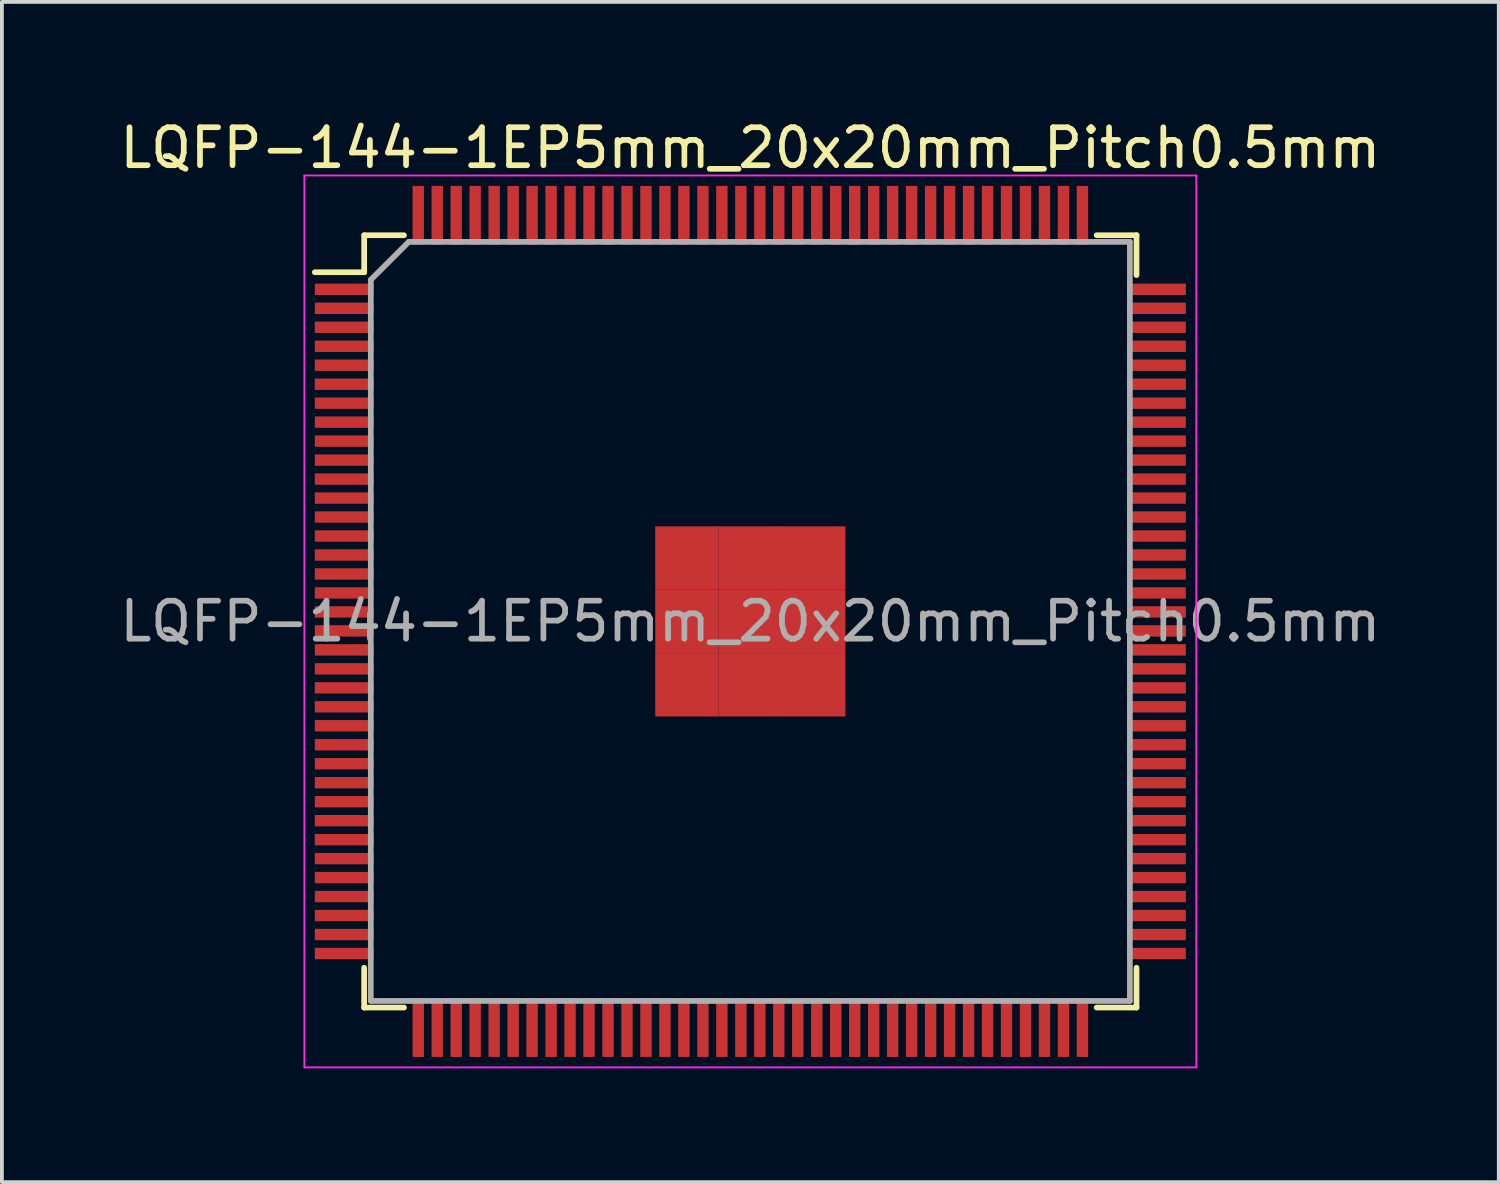
<source format=kicad_pcb>
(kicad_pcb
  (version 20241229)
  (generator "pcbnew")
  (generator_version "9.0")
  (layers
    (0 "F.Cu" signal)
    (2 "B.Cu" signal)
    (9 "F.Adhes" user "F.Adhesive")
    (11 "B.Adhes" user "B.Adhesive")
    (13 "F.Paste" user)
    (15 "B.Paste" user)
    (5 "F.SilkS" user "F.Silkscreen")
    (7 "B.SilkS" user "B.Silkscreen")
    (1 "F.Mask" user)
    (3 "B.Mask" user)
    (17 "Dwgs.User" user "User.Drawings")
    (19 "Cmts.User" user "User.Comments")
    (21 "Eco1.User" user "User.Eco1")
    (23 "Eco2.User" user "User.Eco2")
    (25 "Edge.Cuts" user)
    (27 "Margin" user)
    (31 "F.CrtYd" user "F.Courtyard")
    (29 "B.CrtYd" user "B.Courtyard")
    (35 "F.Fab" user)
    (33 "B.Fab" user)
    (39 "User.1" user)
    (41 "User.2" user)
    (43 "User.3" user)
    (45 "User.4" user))
  (footprint "LQFP-144-1EP5mm_20x20mm_Pitch0.5mm"
    (layer "F.Cu")
    (at 16.72 13.323)
    (property "Reference" "LQFP-144-1EP5mm_20x20mm_Pitch0.5mm" (at 0 -12.475 0) (layer "F.SilkS") (effects (font (size 1 1) (thickness 0.15))))
    (attr smd)
    (fp_line (start -10.175 -10.175) (end -10.175 -9.2) (stroke (width 0.15) (type solid)) (layer "F.SilkS"))
    (fp_line (start -10.175 -10.175) (end -9.125 -10.175) (stroke (width 0.15) (type solid)) (layer "F.SilkS"))
    (fp_line (start -10.175 -9.2) (end -11.475 -9.2) (stroke (width 0.15) (type solid)) (layer "F.SilkS"))
    (fp_line (start -10.175 10.175) (end -10.175 9.125) (stroke (width 0.15) (type solid)) (layer "F.SilkS"))
    (fp_line (start -10.175 10.175) (end -9.125 10.175) (stroke (width 0.15) (type solid)) (layer "F.SilkS"))
    (fp_line (start 10.175 -10.175) (end 9.125 -10.175) (stroke (width 0.15) (type solid)) (layer "F.SilkS"))
    (fp_line (start 10.175 -10.175) (end 10.175 -9.125) (stroke (width 0.15) (type solid)) (layer "F.SilkS"))
    (fp_line (start 10.175 10.175) (end 9.125 10.175) (stroke (width 0.15) (type solid)) (layer "F.SilkS"))
    (fp_line (start 10.175 10.175) (end 10.175 9.125) (stroke (width 0.15) (type solid)) (layer "F.SilkS"))
    (fp_line (start -11.75 -11.75) (end -11.75 11.75) (stroke (width 0.05) (type solid)) (layer "F.CrtYd"))
    (fp_line (start -11.75 -11.75) (end 11.75 -11.75) (stroke (width 0.05) (type solid)) (layer "F.CrtYd"))
    (fp_line (start -11.75 11.75) (end 11.75 11.75) (stroke (width 0.05) (type solid)) (layer "F.CrtYd"))
    (fp_line (start 11.75 -11.75) (end 11.75 11.75) (stroke (width 0.05) (type solid)) (layer "F.CrtYd"))
    (fp_line (start -10 -9) (end -9 -10) (stroke (width 0.15) (type solid)) (layer "F.Fab"))
    (fp_line (start -10 10) (end -10 -9) (stroke (width 0.15) (type solid)) (layer "F.Fab"))
    (fp_line (start -9 -10) (end 10 -10) (stroke (width 0.15) (type solid)) (layer "F.Fab"))
    (fp_line (start 10 -10) (end 10 10) (stroke (width 0.15) (type solid)) (layer "F.Fab"))
    (fp_line (start 10 10) (end -10 10) (stroke (width 0.15) (type solid)) (layer "F.Fab"))
    (fp_text user "${REFERENCE}" (at 0 0 0) (layer "F.Fab") (effects (font (size 1 1) (thickness 0.15))))
    (pad "1" smd rect (at -10.7 -8.75) (size 1.55 0.3) (layers "F.Cu" "F.Mask" "F.Paste"))
    (pad "2" smd rect (at -10.7 -8.25) (size 1.55 0.3) (layers "F.Cu" "F.Mask" "F.Paste"))
    (pad "3" smd rect (at -10.7 -7.75) (size 1.55 0.3) (layers "F.Cu" "F.Mask" "F.Paste"))
    (pad "4" smd rect (at -10.7 -7.25) (size 1.55 0.3) (layers "F.Cu" "F.Mask" "F.Paste"))
    (pad "5" smd rect (at -10.7 -6.75) (size 1.55 0.3) (layers "F.Cu" "F.Mask" "F.Paste"))
    (pad "6" smd rect (at -10.7 -6.25) (size 1.55 0.3) (layers "F.Cu" "F.Mask" "F.Paste"))
    (pad "7" smd rect (at -10.7 -5.75) (size 1.55 0.3) (layers "F.Cu" "F.Mask" "F.Paste"))
    (pad "8" smd rect (at -10.7 -5.25) (size 1.55 0.3) (layers "F.Cu" "F.Mask" "F.Paste"))
    (pad "9" smd rect (at -10.7 -4.75) (size 1.55 0.3) (layers "F.Cu" "F.Mask" "F.Paste"))
    (pad "10" smd rect (at -10.7 -4.25) (size 1.55 0.3) (layers "F.Cu" "F.Mask" "F.Paste"))
    (pad "11" smd rect (at -10.7 -3.75) (size 1.55 0.3) (layers "F.Cu" "F.Mask" "F.Paste"))
    (pad "12" smd rect (at -10.7 -3.25) (size 1.55 0.3) (layers "F.Cu" "F.Mask" "F.Paste"))
    (pad "13" smd rect (at -10.7 -2.75) (size 1.55 0.3) (layers "F.Cu" "F.Mask" "F.Paste"))
    (pad "14" smd rect (at -10.7 -2.25) (size 1.55 0.3) (layers "F.Cu" "F.Mask" "F.Paste"))
    (pad "15" smd rect (at -10.7 -1.75) (size 1.55 0.3) (layers "F.Cu" "F.Mask" "F.Paste"))
    (pad "16" smd rect (at -10.7 -1.25) (size 1.55 0.3) (layers "F.Cu" "F.Mask" "F.Paste"))
    (pad "17" smd rect (at -10.7 -0.75) (size 1.55 0.3) (layers "F.Cu" "F.Mask" "F.Paste"))
    (pad "18" smd rect (at -10.7 -0.25) (size 1.55 0.3) (layers "F.Cu" "F.Mask" "F.Paste"))
    (pad "19" smd rect (at -10.7 0.25) (size 1.55 0.3) (layers "F.Cu" "F.Mask" "F.Paste"))
    (pad "20" smd rect (at -10.7 0.75) (size 1.55 0.3) (layers "F.Cu" "F.Mask" "F.Paste"))
    (pad "21" smd rect (at -10.7 1.25) (size 1.55 0.3) (layers "F.Cu" "F.Mask" "F.Paste"))
    (pad "22" smd rect (at -10.7 1.75) (size 1.55 0.3) (layers "F.Cu" "F.Mask" "F.Paste"))
    (pad "23" smd rect (at -10.7 2.25) (size 1.55 0.3) (layers "F.Cu" "F.Mask" "F.Paste"))
    (pad "24" smd rect (at -10.7 2.75) (size 1.55 0.3) (layers "F.Cu" "F.Mask" "F.Paste"))
    (pad "25" smd rect (at -10.7 3.25) (size 1.55 0.3) (layers "F.Cu" "F.Mask" "F.Paste"))
    (pad "26" smd rect (at -10.7 3.75) (size 1.55 0.3) (layers "F.Cu" "F.Mask" "F.Paste"))
    (pad "27" smd rect (at -10.7 4.25) (size 1.55 0.3) (layers "F.Cu" "F.Mask" "F.Paste"))
    (pad "28" smd rect (at -10.7 4.75) (size 1.55 0.3) (layers "F.Cu" "F.Mask" "F.Paste"))
    (pad "29" smd rect (at -10.7 5.25) (size 1.55 0.3) (layers "F.Cu" "F.Mask" "F.Paste"))
    (pad "30" smd rect (at -10.7 5.75) (size 1.55 0.3) (layers "F.Cu" "F.Mask" "F.Paste"))
    (pad "31" smd rect (at -10.7 6.25) (size 1.55 0.3) (layers "F.Cu" "F.Mask" "F.Paste"))
    (pad "32" smd rect (at -10.7 6.75) (size 1.55 0.3) (layers "F.Cu" "F.Mask" "F.Paste"))
    (pad "33" smd rect (at -10.7 7.25) (size 1.55 0.3) (layers "F.Cu" "F.Mask" "F.Paste"))
    (pad "34" smd rect (at -10.7 7.75) (size 1.55 0.3) (layers "F.Cu" "F.Mask" "F.Paste"))
    (pad "35" smd rect (at -10.7 8.25) (size 1.55 0.3) (layers "F.Cu" "F.Mask" "F.Paste"))
    (pad "36" smd rect (at -10.7 8.75) (size 1.55 0.3) (layers "F.Cu" "F.Mask" "F.Paste"))
    (pad "37" smd rect (at -8.75 10.7 90) (size 1.55 0.3) (layers "F.Cu" "F.Mask" "F.Paste"))
    (pad "38" smd rect (at -8.25 10.7 90) (size 1.55 0.3) (layers "F.Cu" "F.Mask" "F.Paste"))
    (pad "39" smd rect (at -7.75 10.7 90) (size 1.55 0.3) (layers "F.Cu" "F.Mask" "F.Paste"))
    (pad "40" smd rect (at -7.25 10.7 90) (size 1.55 0.3) (layers "F.Cu" "F.Mask" "F.Paste"))
    (pad "41" smd rect (at -6.75 10.7 90) (size 1.55 0.3) (layers "F.Cu" "F.Mask" "F.Paste"))
    (pad "42" smd rect (at -6.25 10.7 90) (size 1.55 0.3) (layers "F.Cu" "F.Mask" "F.Paste"))
    (pad "43" smd rect (at -5.75 10.7 90) (size 1.55 0.3) (layers "F.Cu" "F.Mask" "F.Paste"))
    (pad "44" smd rect (at -5.25 10.7 90) (size 1.55 0.3) (layers "F.Cu" "F.Mask" "F.Paste"))
    (pad "45" smd rect (at -4.75 10.7 90) (size 1.55 0.3) (layers "F.Cu" "F.Mask" "F.Paste"))
    (pad "46" smd rect (at -4.25 10.7 90) (size 1.55 0.3) (layers "F.Cu" "F.Mask" "F.Paste"))
    (pad "47" smd rect (at -3.75 10.7 90) (size 1.55 0.3) (layers "F.Cu" "F.Mask" "F.Paste"))
    (pad "48" smd rect (at -3.25 10.7 90) (size 1.55 0.3) (layers "F.Cu" "F.Mask" "F.Paste"))
    (pad "49" smd rect (at -2.75 10.7 90) (size 1.55 0.3) (layers "F.Cu" "F.Mask" "F.Paste"))
    (pad "50" smd rect (at -2.25 10.7 90) (size 1.55 0.3) (layers "F.Cu" "F.Mask" "F.Paste"))
    (pad "51" smd rect (at -1.75 10.7 90) (size 1.55 0.3) (layers "F.Cu" "F.Mask" "F.Paste"))
    (pad "52" smd rect (at -1.25 10.7 90) (size 1.55 0.3) (layers "F.Cu" "F.Mask" "F.Paste"))
    (pad "53" smd rect (at -0.75 10.7 90) (size 1.55 0.3) (layers "F.Cu" "F.Mask" "F.Paste"))
    (pad "54" smd rect (at -0.25 10.7 90) (size 1.55 0.3) (layers "F.Cu" "F.Mask" "F.Paste"))
    (pad "55" smd rect (at 0.25 10.7 90) (size 1.55 0.3) (layers "F.Cu" "F.Mask" "F.Paste"))
    (pad "56" smd rect (at 0.75 10.7 90) (size 1.55 0.3) (layers "F.Cu" "F.Mask" "F.Paste"))
    (pad "57" smd rect (at 1.25 10.7 90) (size 1.55 0.3) (layers "F.Cu" "F.Mask" "F.Paste"))
    (pad "58" smd rect (at 1.75 10.7 90) (size 1.55 0.3) (layers "F.Cu" "F.Mask" "F.Paste"))
    (pad "59" smd rect (at 2.25 10.7 90) (size 1.55 0.3) (layers "F.Cu" "F.Mask" "F.Paste"))
    (pad "60" smd rect (at 2.75 10.7 90) (size 1.55 0.3) (layers "F.Cu" "F.Mask" "F.Paste"))
    (pad "61" smd rect (at 3.25 10.7 90) (size 1.55 0.3) (layers "F.Cu" "F.Mask" "F.Paste"))
    (pad "62" smd rect (at 3.75 10.7 90) (size 1.55 0.3) (layers "F.Cu" "F.Mask" "F.Paste"))
    (pad "63" smd rect (at 4.25 10.7 90) (size 1.55 0.3) (layers "F.Cu" "F.Mask" "F.Paste"))
    (pad "64" smd rect (at 4.75 10.7 90) (size 1.55 0.3) (layers "F.Cu" "F.Mask" "F.Paste"))
    (pad "65" smd rect (at 5.25 10.7 90) (size 1.55 0.3) (layers "F.Cu" "F.Mask" "F.Paste"))
    (pad "66" smd rect (at 5.75 10.7 90) (size 1.55 0.3) (layers "F.Cu" "F.Mask" "F.Paste"))
    (pad "67" smd rect (at 6.25 10.7 90) (size 1.55 0.3) (layers "F.Cu" "F.Mask" "F.Paste"))
    (pad "68" smd rect (at 6.75 10.7 90) (size 1.55 0.3) (layers "F.Cu" "F.Mask" "F.Paste"))
    (pad "69" smd rect (at 7.25 10.7 90) (size 1.55 0.3) (layers "F.Cu" "F.Mask" "F.Paste"))
    (pad "70" smd rect (at 7.75 10.7 90) (size 1.55 0.3) (layers "F.Cu" "F.Mask" "F.Paste"))
    (pad "71" smd rect (at 8.25 10.7 90) (size 1.55 0.3) (layers "F.Cu" "F.Mask" "F.Paste"))
    (pad "72" smd rect (at 8.75 10.7 90) (size 1.55 0.3) (layers "F.Cu" "F.Mask" "F.Paste"))
    (pad "73" smd rect (at 10.7 8.75) (size 1.55 0.3) (layers "F.Cu" "F.Mask" "F.Paste"))
    (pad "74" smd rect (at 10.7 8.25) (size 1.55 0.3) (layers "F.Cu" "F.Mask" "F.Paste"))
    (pad "75" smd rect (at 10.7 7.75) (size 1.55 0.3) (layers "F.Cu" "F.Mask" "F.Paste"))
    (pad "76" smd rect (at 10.7 7.25) (size 1.55 0.3) (layers "F.Cu" "F.Mask" "F.Paste"))
    (pad "77" smd rect (at 10.7 6.75) (size 1.55 0.3) (layers "F.Cu" "F.Mask" "F.Paste"))
    (pad "78" smd rect (at 10.7 6.25) (size 1.55 0.3) (layers "F.Cu" "F.Mask" "F.Paste"))
    (pad "79" smd rect (at 10.7 5.75) (size 1.55 0.3) (layers "F.Cu" "F.Mask" "F.Paste"))
    (pad "80" smd rect (at 10.7 5.25) (size 1.55 0.3) (layers "F.Cu" "F.Mask" "F.Paste"))
    (pad "81" smd rect (at 10.7 4.75) (size 1.55 0.3) (layers "F.Cu" "F.Mask" "F.Paste"))
    (pad "82" smd rect (at 10.7 4.25) (size 1.55 0.3) (layers "F.Cu" "F.Mask" "F.Paste"))
    (pad "83" smd rect (at 10.7 3.75) (size 1.55 0.3) (layers "F.Cu" "F.Mask" "F.Paste"))
    (pad "84" smd rect (at 10.7 3.25) (size 1.55 0.3) (layers "F.Cu" "F.Mask" "F.Paste"))
    (pad "85" smd rect (at 10.7 2.75) (size 1.55 0.3) (layers "F.Cu" "F.Mask" "F.Paste"))
    (pad "86" smd rect (at 10.7 2.25) (size 1.55 0.3) (layers "F.Cu" "F.Mask" "F.Paste"))
    (pad "87" smd rect (at 10.7 1.75) (size 1.55 0.3) (layers "F.Cu" "F.Mask" "F.Paste"))
    (pad "88" smd rect (at 10.7 1.25) (size 1.55 0.3) (layers "F.Cu" "F.Mask" "F.Paste"))
    (pad "89" smd rect (at 10.7 0.75) (size 1.55 0.3) (layers "F.Cu" "F.Mask" "F.Paste"))
    (pad "90" smd rect (at 10.7 0.25) (size 1.55 0.3) (layers "F.Cu" "F.Mask" "F.Paste"))
    (pad "91" smd rect (at 10.7 -0.25) (size 1.55 0.3) (layers "F.Cu" "F.Mask" "F.Paste"))
    (pad "92" smd rect (at 10.7 -0.75) (size 1.55 0.3) (layers "F.Cu" "F.Mask" "F.Paste"))
    (pad "93" smd rect (at 10.7 -1.25) (size 1.55 0.3) (layers "F.Cu" "F.Mask" "F.Paste"))
    (pad "94" smd rect (at 10.7 -1.75) (size 1.55 0.3) (layers "F.Cu" "F.Mask" "F.Paste"))
    (pad "95" smd rect (at 10.7 -2.25) (size 1.55 0.3) (layers "F.Cu" "F.Mask" "F.Paste"))
    (pad "96" smd rect (at 10.7 -2.75) (size 1.55 0.3) (layers "F.Cu" "F.Mask" "F.Paste"))
    (pad "97" smd rect (at 10.7 -3.25) (size 1.55 0.3) (layers "F.Cu" "F.Mask" "F.Paste"))
    (pad "98" smd rect (at 10.7 -3.75) (size 1.55 0.3) (layers "F.Cu" "F.Mask" "F.Paste"))
    (pad "99" smd rect (at 10.7 -4.25) (size 1.55 0.3) (layers "F.Cu" "F.Mask" "F.Paste"))
    (pad "100" smd rect (at 10.7 -4.75) (size 1.55 0.3) (layers "F.Cu" "F.Mask" "F.Paste"))
    (pad "101" smd rect (at 10.7 -5.25) (size 1.55 0.3) (layers "F.Cu" "F.Mask" "F.Paste"))
    (pad "102" smd rect (at 10.7 -5.75) (size 1.55 0.3) (layers "F.Cu" "F.Mask" "F.Paste"))
    (pad "103" smd rect (at 10.7 -6.25) (size 1.55 0.3) (layers "F.Cu" "F.Mask" "F.Paste"))
    (pad "104" smd rect (at 10.7 -6.75) (size 1.55 0.3) (layers "F.Cu" "F.Mask" "F.Paste"))
    (pad "105" smd rect (at 10.7 -7.25) (size 1.55 0.3) (layers "F.Cu" "F.Mask" "F.Paste"))
    (pad "106" smd rect (at 10.7 -7.75) (size 1.55 0.3) (layers "F.Cu" "F.Mask" "F.Paste"))
    (pad "107" smd rect (at 10.7 -8.25) (size 1.55 0.3) (layers "F.Cu" "F.Mask" "F.Paste"))
    (pad "108" smd rect (at 10.7 -8.75) (size 1.55 0.3) (layers "F.Cu" "F.Mask" "F.Paste"))
    (pad "109" smd rect (at 8.75 -10.7 90) (size 1.55 0.3) (layers "F.Cu" "F.Mask" "F.Paste"))
    (pad "110" smd rect (at 8.25 -10.7 90) (size 1.55 0.3) (layers "F.Cu" "F.Mask" "F.Paste"))
    (pad "111" smd rect (at 7.75 -10.7 90) (size 1.55 0.3) (layers "F.Cu" "F.Mask" "F.Paste"))
    (pad "112" smd rect (at 7.25 -10.7 90) (size 1.55 0.3) (layers "F.Cu" "F.Mask" "F.Paste"))
    (pad "113" smd rect (at 6.75 -10.7 90) (size 1.55 0.3) (layers "F.Cu" "F.Mask" "F.Paste"))
    (pad "114" smd rect (at 6.25 -10.7 90) (size 1.55 0.3) (layers "F.Cu" "F.Mask" "F.Paste"))
    (pad "115" smd rect (at 5.75 -10.7 90) (size 1.55 0.3) (layers "F.Cu" "F.Mask" "F.Paste"))
    (pad "116" smd rect (at 5.25 -10.7 90) (size 1.55 0.3) (layers "F.Cu" "F.Mask" "F.Paste"))
    (pad "117" smd rect (at 4.75 -10.7 90) (size 1.55 0.3) (layers "F.Cu" "F.Mask" "F.Paste"))
    (pad "118" smd rect (at 4.25 -10.7 90) (size 1.55 0.3) (layers "F.Cu" "F.Mask" "F.Paste"))
    (pad "119" smd rect (at 3.75 -10.7 90) (size 1.55 0.3) (layers "F.Cu" "F.Mask" "F.Paste"))
    (pad "120" smd rect (at 3.25 -10.7 90) (size 1.55 0.3) (layers "F.Cu" "F.Mask" "F.Paste"))
    (pad "121" smd rect (at 2.75 -10.7 90) (size 1.55 0.3) (layers "F.Cu" "F.Mask" "F.Paste"))
    (pad "122" smd rect (at 2.25 -10.7 90) (size 1.55 0.3) (layers "F.Cu" "F.Mask" "F.Paste"))
    (pad "123" smd rect (at 1.75 -10.7 90) (size 1.55 0.3) (layers "F.Cu" "F.Mask" "F.Paste"))
    (pad "124" smd rect (at 1.25 -10.7 90) (size 1.55 0.3) (layers "F.Cu" "F.Mask" "F.Paste"))
    (pad "125" smd rect (at 0.75 -10.7 90) (size 1.55 0.3) (layers "F.Cu" "F.Mask" "F.Paste"))
    (pad "126" smd rect (at 0.25 -10.7 90) (size 1.55 0.3) (layers "F.Cu" "F.Mask" "F.Paste"))
    (pad "127" smd rect (at -0.25 -10.7 90) (size 1.55 0.3) (layers "F.Cu" "F.Mask" "F.Paste"))
    (pad "128" smd rect (at -0.75 -10.7 90) (size 1.55 0.3) (layers "F.Cu" "F.Mask" "F.Paste"))
    (pad "129" smd rect (at -1.25 -10.7 90) (size 1.55 0.3) (layers "F.Cu" "F.Mask" "F.Paste"))
    (pad "130" smd rect (at -1.75 -10.7 90) (size 1.55 0.3) (layers "F.Cu" "F.Mask" "F.Paste"))
    (pad "131" smd rect (at -2.25 -10.7 90) (size 1.55 0.3) (layers "F.Cu" "F.Mask" "F.Paste"))
    (pad "132" smd rect (at -2.75 -10.7 90) (size 1.55 0.3) (layers "F.Cu" "F.Mask" "F.Paste"))
    (pad "133" smd rect (at -3.25 -10.7 90) (size 1.55 0.3) (layers "F.Cu" "F.Mask" "F.Paste"))
    (pad "134" smd rect (at -3.75 -10.7 90) (size 1.55 0.3) (layers "F.Cu" "F.Mask" "F.Paste"))
    (pad "135" smd rect (at -4.25 -10.7 90) (size 1.55 0.3) (layers "F.Cu" "F.Mask" "F.Paste"))
    (pad "136" smd rect (at -4.75 -10.7 90) (size 1.55 0.3) (layers "F.Cu" "F.Mask" "F.Paste"))
    (pad "137" smd rect (at -5.25 -10.7 90) (size 1.55 0.3) (layers "F.Cu" "F.Mask" "F.Paste"))
    (pad "138" smd rect (at -5.75 -10.7 90) (size 1.55 0.3) (layers "F.Cu" "F.Mask" "F.Paste"))
    (pad "139" smd rect (at -6.25 -10.7 90) (size 1.55 0.3) (layers "F.Cu" "F.Mask" "F.Paste"))
    (pad "140" smd rect (at -6.75 -10.7 90) (size 1.55 0.3) (layers "F.Cu" "F.Mask" "F.Paste"))
    (pad "141" smd rect (at -7.25 -10.7 90) (size 1.55 0.3) (layers "F.Cu" "F.Mask" "F.Paste"))
    (pad "142" smd rect (at -7.75 -10.7 90) (size 1.55 0.3) (layers "F.Cu" "F.Mask" "F.Paste"))
    (pad "143" smd rect (at -8.25 -10.7 90) (size 1.55 0.3) (layers "F.Cu" "F.Mask" "F.Paste"))
    (pad "144" smd rect (at -8.75 -10.7 90) (size 1.55 0.3) (layers "F.Cu" "F.Mask" "F.Paste"))
    (pad "145" smd rect (at -1.67 -1.67) (size 1.67 1.67) (layers "F.Cu" "F.Mask" "F.Paste"))
    (pad "145" smd rect (at -1.67 0) (size 1.67 1.67) (layers "F.Cu" "F.Mask" "F.Paste"))
    (pad "145" smd rect (at -1.67 1.67) (size 1.67 1.67) (layers "F.Cu" "F.Mask" "F.Paste"))
    (pad "145" smd rect (at 0 -1.67) (size 1.67 1.67) (layers "F.Cu" "F.Mask" "F.Paste"))
    (pad "145" smd rect (at 0 0) (size 1.67 1.67) (layers "F.Cu" "F.Mask" "F.Paste"))
    (pad "145" smd rect (at 0 1.67) (size 1.67 1.67) (layers "F.Cu" "F.Mask" "F.Paste"))
    (pad "145" smd rect (at 1.67 -1.67) (size 1.67 1.67) (layers "F.Cu" "F.Mask" "F.Paste"))
    (pad "145" smd rect (at 1.67 0) (size 1.67 1.67) (layers "F.Cu" "F.Mask" "F.Paste"))
    (pad "145" smd rect (at 1.67 1.67) (size 1.67 1.67) (layers "F.Cu" "F.Mask" "F.Paste")))
  (gr_rect
    (start -3 -3)
    (end 36.44 28.098)
    (stroke (width 0.1) (type default))
    (fill no)
    (layer "Edge.Cuts")))
</source>
